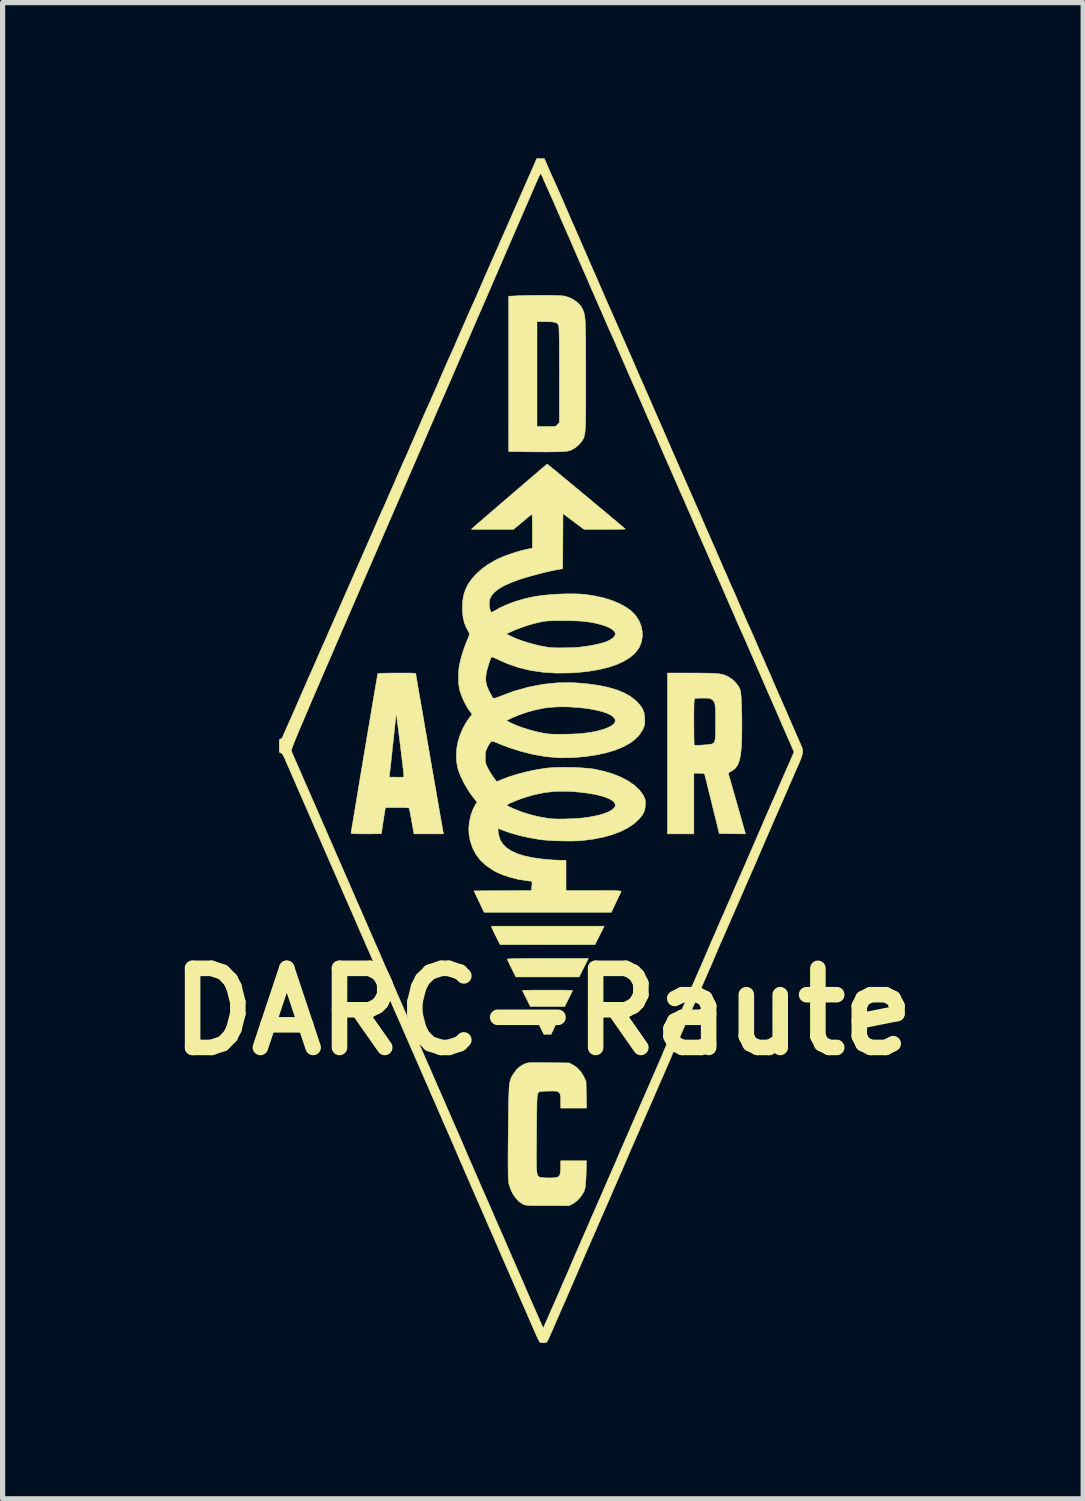
<source format=kicad_pcb>
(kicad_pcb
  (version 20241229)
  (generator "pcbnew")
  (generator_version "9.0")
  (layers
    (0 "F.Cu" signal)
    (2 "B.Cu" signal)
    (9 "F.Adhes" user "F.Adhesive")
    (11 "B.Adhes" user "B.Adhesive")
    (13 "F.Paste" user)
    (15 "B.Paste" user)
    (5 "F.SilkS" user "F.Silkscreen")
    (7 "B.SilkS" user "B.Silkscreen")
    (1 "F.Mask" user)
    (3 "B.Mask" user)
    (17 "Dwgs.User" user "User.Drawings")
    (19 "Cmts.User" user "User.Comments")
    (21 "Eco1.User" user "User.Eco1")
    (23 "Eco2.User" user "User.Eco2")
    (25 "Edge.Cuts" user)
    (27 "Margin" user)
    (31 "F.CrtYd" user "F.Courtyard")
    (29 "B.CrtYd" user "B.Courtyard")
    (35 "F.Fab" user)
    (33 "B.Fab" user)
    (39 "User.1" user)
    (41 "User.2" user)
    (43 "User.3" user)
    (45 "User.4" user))
  (footprint "DARC-Raute"
    (layer "F.Cu")
    (at 7.41 11.441)
    (property "Reference" "DARC-Raute" (at 0 5 0) (layer "F.SilkS") (effects (font (size 1.524 1.524) (thickness 0.3))))
    (attr through_hole)
    (fp_poly (pts (xy 1.092 3.531) (xy 1.003 3.708) (xy -0.825 3.708) (xy -0.9 3.559) (xy -0.929 3.501) (xy -0.954 3.448) (xy -0.973 3.407) (xy -0.983 3.383) (xy -0.983 3.381) (xy -0.992 3.353) (xy 1.181 3.353) (xy 1.092 3.531)) (stroke (width 0.01) (type solid)) (fill yes) (layer "F.SilkS"))
    (fp_poly (pts (xy 0.787 4.153) (xy 0.698 4.331) (xy -0.521 4.331) (xy -0.603 4.166) (xy -0.633 4.106) (xy -0.657 4.055) (xy -0.675 4.015) (xy -0.685 3.992) (xy -0.686 3.988) (xy -0.673 3.985) (xy -0.635 3.982) (xy -0.572 3.98) (xy -0.483 3.978) (xy -0.369 3.977) (xy -0.23 3.976) (xy -0.066 3.975) (xy 0.095 3.975) (xy 0.876 3.975) (xy 0.787 4.153)) (stroke (width 0.01) (type solid)) (fill yes) (layer "F.SilkS"))
    (fp_poly (pts (xy 0.15 5.157) (xy 0.208 5.158) (xy 0.251 5.161) (xy 0.275 5.164) (xy 0.279 5.166) (xy 0.274 5.18) (xy 0.261 5.213) (xy 0.241 5.259) (xy 0.219 5.305) (xy 0.159 5.436) (xy 0.089 5.436) (xy 0.018 5.436) (xy -0.048 5.302) (xy -0.074 5.249) (xy -0.095 5.205) (xy -0.109 5.175) (xy -0.114 5.162) (xy -0.102 5.16) (xy -0.069 5.158) (xy -0.019 5.157) (xy 0.043 5.156) (xy 0.083 5.156) (xy 0.15 5.157)) (stroke (width 0.01) (type solid)) (fill yes) (layer "F.SilkS"))
    (fp_poly (pts (xy 0.197 4.585) (xy 0.296 4.585) (xy 0.385 4.586) (xy 0.459 4.587) (xy 0.517 4.588) (xy 0.555 4.59) (xy 0.571 4.591) (xy 0.572 4.591) (xy 0.566 4.604) (xy 0.551 4.636) (xy 0.529 4.681) (xy 0.502 4.736) (xy 0.495 4.75) (xy 0.419 4.902) (xy -0.241 4.902) (xy -0.317 4.75) (xy -0.345 4.694) (xy -0.369 4.646) (xy -0.386 4.61) (xy -0.393 4.592) (xy -0.394 4.591) (xy -0.381 4.59) (xy -0.347 4.588) (xy -0.292 4.587) (xy -0.22 4.586) (xy -0.134 4.585) (xy -0.036 4.585) (xy 0.071 4.585) (xy 0.089 4.585) (xy 0.197 4.585)) (stroke (width 0.01) (type solid)) (fill yes) (layer "F.SilkS"))
    (fp_poly (pts (xy 0.058 -8.801) (xy 0.158 -8.799) (xy 0.248 -8.798) (xy 0.323 -8.795) (xy 0.38 -8.791) (xy 0.413 -8.787) (xy 0.503 -8.761) (xy 0.589 -8.718) (xy 0.665 -8.662) (xy 0.727 -8.598) (xy 0.769 -8.528) (xy 0.773 -8.516) (xy 0.782 -8.492) (xy 0.79 -8.467) (xy 0.797 -8.441) (xy 0.803 -8.411) (xy 0.808 -8.376) (xy 0.812 -8.335) (xy 0.815 -8.285) (xy 0.818 -8.224) (xy 0.82 -8.151) (xy 0.822 -8.065) (xy 0.824 -7.962) (xy 0.824 -7.842) (xy 0.825 -7.703) (xy 0.826 -7.543) (xy 0.826 -7.36) (xy 0.826 -7.261) (xy 0.826 -7.064) (xy 0.826 -6.89) (xy 0.826 -6.739) (xy 0.826 -6.608) (xy 0.825 -6.495) (xy 0.823 -6.399) (xy 0.821 -6.319) (xy 0.818 -6.252) (xy 0.814 -6.197) (xy 0.809 -6.151) (xy 0.803 -6.115) (xy 0.796 -6.085) (xy 0.788 -6.059) (xy 0.778 -6.038) (xy 0.766 -6.017) (xy 0.753 -5.997) (xy 0.744 -5.984) (xy 0.691 -5.921) (xy 0.623 -5.865) (xy 0.549 -5.822) (xy 0.514 -5.809) (xy 0.481 -5.801) (xy 0.432 -5.795) (xy 0.365 -5.79) (xy 0.28 -5.787) (xy 0.175 -5.785) (xy 0.049 -5.784) (xy -0.099 -5.785) (xy -0.271 -5.786) (xy -0.34 -5.787) (xy -0.66 -5.792) (xy -0.66 -8.293) (xy -0.114 -8.293) (xy -0.114 -6.274) (xy 0.243 -6.274) (xy 0.28 -6.311) (xy 0.318 -6.348) (xy 0.318 -7.269) (xy 0.317 -7.458) (xy 0.317 -7.622) (xy 0.316 -7.764) (xy 0.316 -7.884) (xy 0.314 -7.984) (xy 0.313 -8.064) (xy 0.311 -8.127) (xy 0.309 -8.173) (xy 0.306 -8.204) (xy 0.303 -8.221) (xy 0.302 -8.224) (xy 0.286 -8.25) (xy 0.264 -8.269) (xy 0.23 -8.281) (xy 0.182 -8.289) (xy 0.116 -8.292) (xy 0.051 -8.293) (xy -0.114 -8.293) (xy -0.66 -8.293) (xy -0.66 -8.784) (xy -0.468 -8.793) (xy -0.372 -8.796) (xy -0.268 -8.799) (xy -0.159 -8.8) (xy -0.049 -8.801) (xy 0.058 -8.801)) (stroke (width 0.01) (type solid)) (fill yes) (layer "F.SilkS"))
    (fp_poly (pts (xy 2.867 -1.524) (xy 3.005 -1.523) (xy 3.12 -1.522) (xy 3.215 -1.521) (xy 3.293 -1.517) (xy 3.358 -1.513) (xy 3.41 -1.506) (xy 3.454 -1.498) (xy 3.493 -1.487) (xy 3.528 -1.473) (xy 3.563 -1.457) (xy 3.569 -1.454) (xy 3.641 -1.407) (xy 3.708 -1.346) (xy 3.762 -1.277) (xy 3.784 -1.238) (xy 3.796 -1.211) (xy 3.805 -1.181) (xy 3.811 -1.146) (xy 3.816 -1.099) (xy 3.821 -1.035) (xy 3.824 -0.972) (xy 3.829 -0.835) (xy 3.832 -0.691) (xy 3.834 -0.546) (xy 3.833 -0.405) (xy 3.831 -0.274) (xy 3.827 -0.159) (xy 3.823 -0.087) (xy 3.81 0.035) (xy 3.792 0.135) (xy 3.767 0.215) (xy 3.733 0.278) (xy 3.69 0.326) (xy 3.637 0.363) (xy 3.625 0.368) (xy 3.589 0.39) (xy 3.574 0.408) (xy 3.574 0.417) (xy 3.582 0.444) (xy 3.595 0.491) (xy 3.613 0.554) (xy 3.636 0.632) (xy 3.661 0.721) (xy 3.688 0.817) (xy 3.717 0.918) (xy 3.746 1.021) (xy 3.775 1.123) (xy 3.803 1.22) (xy 3.828 1.31) (xy 3.851 1.389) (xy 3.869 1.455) (xy 3.883 1.504) (xy 3.891 1.533) (xy 3.893 1.54) (xy 3.902 1.575) (xy 3.65 1.572) (xy 3.398 1.568) (xy 3.263 1.022) (xy 3.235 0.907) (xy 3.208 0.799) (xy 3.184 0.7) (xy 3.163 0.613) (xy 3.145 0.541) (xy 3.131 0.486) (xy 3.123 0.452) (xy 3.12 0.441) (xy 3.114 0.424) (xy 3.105 0.414) (xy 3.086 0.408) (xy 3.053 0.407) (xy 3.01 0.406) (xy 2.908 0.406) (xy 2.908 1.575) (xy 2.4 1.575) (xy 2.4 -0.585) (xy 2.908 -0.585) (xy 2.909 -0.482) (xy 2.909 -0.386) (xy 2.91 -0.302) (xy 2.911 -0.232) (xy 2.913 -0.179) (xy 2.914 -0.146) (xy 2.916 -0.136) (xy 2.932 -0.133) (xy 2.967 -0.132) (xy 3.016 -0.133) (xy 3.072 -0.136) (xy 3.129 -0.14) (xy 3.182 -0.144) (xy 3.224 -0.15) (xy 3.248 -0.155) (xy 3.271 -0.163) (xy 3.288 -0.174) (xy 3.302 -0.19) (xy 3.312 -0.215) (xy 3.319 -0.252) (xy 3.323 -0.302) (xy 3.326 -0.369) (xy 3.327 -0.456) (xy 3.327 -0.566) (xy 3.327 -0.571) (xy 3.327 -0.682) (xy 3.326 -0.77) (xy 3.324 -0.838) (xy 3.319 -0.891) (xy 3.313 -0.93) (xy 3.303 -0.96) (xy 3.29 -0.982) (xy 3.274 -1) (xy 3.257 -1.014) (xy 3.239 -1.026) (xy 3.217 -1.034) (xy 3.187 -1.039) (xy 3.143 -1.041) (xy 3.085 -1.041) (xy 3.027 -1.041) (xy 2.977 -1.039) (xy 2.942 -1.036) (xy 2.928 -1.034) (xy 2.923 -1.029) (xy 2.919 -1.019) (xy 2.915 -1.001) (xy 2.913 -0.971) (xy 2.911 -0.929) (xy 2.91 -0.871) (xy 2.909 -0.795) (xy 2.908 -0.698) (xy 2.908 -0.585) (xy 2.4 -0.585) (xy 2.4 -1.524) (xy 2.867 -1.524)) (stroke (width 0.01) (type solid)) (fill yes) (layer "F.SilkS"))
    (fp_poly (pts (xy -0.067 5.983) (xy 0.029 5.983) (xy 0.104 5.984) (xy 0.502 5.988) (xy 0.573 6.023) (xy 0.656 6.078) (xy 0.728 6.154) (xy 0.786 6.249) (xy 0.791 6.259) (xy 0.831 6.344) (xy 0.836 6.601) (xy 0.841 6.858) (xy 0.343 6.858) (xy 0.343 6.724) (xy 0.343 6.664) (xy 0.341 6.623) (xy 0.336 6.596) (xy 0.328 6.578) (xy 0.315 6.562) (xy 0.311 6.559) (xy 0.298 6.546) (xy 0.284 6.537) (xy 0.264 6.532) (xy 0.235 6.53) (xy 0.19 6.529) (xy 0.127 6.53) (xy 0.106 6.531) (xy 0.037 6.532) (xy -0.012 6.534) (xy -0.044 6.537) (xy -0.065 6.543) (xy -0.078 6.551) (xy -0.089 6.563) (xy -0.092 6.567) (xy -0.097 6.575) (xy -0.101 6.585) (xy -0.105 6.599) (xy -0.108 6.62) (xy -0.111 6.649) (xy -0.113 6.689) (xy -0.115 6.74) (xy -0.116 6.807) (xy -0.118 6.889) (xy -0.119 6.99) (xy -0.121 7.111) (xy -0.122 7.255) (xy -0.123 7.335) (xy -0.124 7.5) (xy -0.125 7.64) (xy -0.126 7.76) (xy -0.126 7.859) (xy -0.125 7.941) (xy -0.123 8.007) (xy -0.12 8.059) (xy -0.115 8.099) (xy -0.11 8.129) (xy -0.103 8.15) (xy -0.094 8.165) (xy -0.084 8.176) (xy -0.071 8.184) (xy -0.064 8.188) (xy -0.035 8.195) (xy 0.012 8.2) (xy 0.07 8.203) (xy 0.132 8.204) (xy 0.192 8.202) (xy 0.243 8.197) (xy 0.277 8.191) (xy 0.304 8.175) (xy 0.324 8.149) (xy 0.336 8.108) (xy 0.342 8.048) (xy 0.343 7.986) (xy 0.343 7.874) (xy 0.838 7.874) (xy 0.837 7.972) (xy 0.836 8.024) (xy 0.834 8.093) (xy 0.831 8.168) (xy 0.827 8.242) (xy 0.822 8.315) (xy 0.817 8.368) (xy 0.81 8.408) (xy 0.801 8.44) (xy 0.788 8.47) (xy 0.782 8.482) (xy 0.734 8.558) (xy 0.673 8.628) (xy 0.606 8.683) (xy 0.568 8.705) (xy 0.503 8.738) (xy 0.09 8.737) (xy -0.025 8.737) (xy -0.117 8.737) (xy -0.19 8.736) (xy -0.245 8.734) (xy -0.288 8.732) (xy -0.319 8.729) (xy -0.342 8.725) (xy -0.361 8.719) (xy -0.378 8.713) (xy -0.378 8.713) (xy -0.45 8.667) (xy -0.516 8.601) (xy -0.574 8.519) (xy -0.621 8.425) (xy -0.653 8.325) (xy -0.662 8.28) (xy -0.665 8.252) (xy -0.667 8.209) (xy -0.669 8.152) (xy -0.67 8.077) (xy -0.671 7.985) (xy -0.671 7.873) (xy -0.671 7.741) (xy -0.67 7.587) (xy -0.668 7.409) (xy -0.667 7.303) (xy -0.665 7.124) (xy -0.664 6.969) (xy -0.662 6.835) (xy -0.66 6.72) (xy -0.657 6.624) (xy -0.654 6.543) (xy -0.651 6.475) (xy -0.646 6.42) (xy -0.64 6.375) (xy -0.633 6.338) (xy -0.624 6.307) (xy -0.614 6.28) (xy -0.601 6.255) (xy -0.587 6.231) (xy -0.571 6.205) (xy -0.561 6.19) (xy -0.506 6.116) (xy -0.445 6.06) (xy -0.371 6.016) (xy -0.359 6.011) (xy -0.34 6.002) (xy -0.323 5.996) (xy -0.303 5.99) (xy -0.278 5.987) (xy -0.245 5.984) (xy -0.201 5.983) (xy -0.143 5.982) (xy -0.067 5.983)) (stroke (width 0.01) (type solid)) (fill yes) (layer "F.SilkS"))
    (fp_poly (pts (xy -2.693 -1.524) (xy -2.617 -1.523) (xy -2.551 -1.523) (xy -2.499 -1.521) (xy -2.465 -1.519) (xy -2.451 -1.517) (xy -2.451 -1.516) (xy -2.449 -1.503) (xy -2.443 -1.467) (xy -2.433 -1.409) (xy -2.42 -1.332) (xy -2.404 -1.238) (xy -2.385 -1.127) (xy -2.363 -1.003) (xy -2.34 -0.866) (xy -2.314 -0.72) (xy -2.288 -0.565) (xy -2.26 -0.404) (xy -2.231 -0.238) (xy -2.202 -0.069) (xy -2.173 0.1) (xy -2.144 0.269) (xy -2.115 0.435) (xy -2.087 0.596) (xy -2.06 0.75) (xy -2.035 0.897) (xy -2.011 1.032) (xy -1.99 1.156) (xy -1.971 1.266) (xy -1.954 1.36) (xy -1.941 1.436) (xy -1.931 1.493) (xy -1.925 1.528) (xy -1.923 1.54) (xy -1.916 1.575) (xy -2.484 1.575) (xy -2.527 1.337) (xy -2.54 1.261) (xy -2.553 1.194) (xy -2.563 1.139) (xy -2.571 1.101) (xy -2.575 1.083) (xy -2.575 1.083) (xy -2.584 1.077) (xy -2.608 1.072) (xy -2.65 1.069) (xy -2.711 1.067) (xy -2.795 1.067) (xy -2.807 1.067) (xy -3.033 1.067) (xy -3.04 1.102) (xy -3.044 1.123) (xy -3.051 1.163) (xy -3.059 1.217) (xy -3.069 1.28) (xy -3.079 1.347) (xy -3.089 1.413) (xy -3.098 1.473) (xy -3.105 1.523) (xy -3.11 1.556) (xy -3.111 1.569) (xy -3.124 1.571) (xy -3.158 1.572) (xy -3.21 1.573) (xy -3.277 1.574) (xy -3.355 1.575) (xy -3.404 1.575) (xy -3.508 1.574) (xy -3.59 1.573) (xy -3.649 1.57) (xy -3.685 1.566) (xy -3.696 1.562) (xy -3.694 1.547) (xy -3.688 1.508) (xy -3.678 1.449) (xy -3.665 1.37) (xy -3.65 1.274) (xy -3.631 1.162) (xy -3.61 1.036) (xy -3.587 0.898) (xy -3.563 0.751) (xy -3.537 0.595) (xy -3.518 0.479) (xy -2.959 0.479) (xy -2.947 0.481) (xy -2.915 0.482) (xy -2.868 0.482) (xy -2.819 0.483) (xy -2.68 0.483) (xy -2.68 0.45) (xy -2.681 0.429) (xy -2.685 0.387) (xy -2.692 0.326) (xy -2.701 0.251) (xy -2.711 0.163) (xy -2.723 0.067) (xy -2.735 -0.036) (xy -2.748 -0.142) (xy -2.761 -0.247) (xy -2.774 -0.35) (xy -2.786 -0.447) (xy -2.798 -0.534) (xy -2.807 -0.61) (xy -2.816 -0.67) (xy -2.822 -0.712) (xy -2.825 -0.733) (xy -2.826 -0.735) (xy -2.831 -0.729) (xy -2.832 -0.715) (xy -2.833 -0.698) (xy -2.837 -0.658) (xy -2.843 -0.597) (xy -2.851 -0.52) (xy -2.861 -0.428) (xy -2.872 -0.323) (xy -2.884 -0.21) (xy -2.896 -0.107) (xy -2.908 0.012) (xy -2.92 0.123) (xy -2.931 0.223) (xy -2.941 0.31) (xy -2.949 0.382) (xy -2.954 0.436) (xy -2.958 0.469) (xy -2.959 0.479) (xy -3.518 0.479) (xy -3.51 0.432) (xy -3.482 0.266) (xy -3.454 0.096) (xy -3.425 -0.074) (xy -3.397 -0.243) (xy -3.369 -0.409) (xy -3.341 -0.571) (xy -3.315 -0.725) (xy -3.291 -0.872) (xy -3.268 -1.008) (xy -3.247 -1.131) (xy -3.228 -1.241) (xy -3.212 -1.335) (xy -3.199 -1.41) (xy -3.189 -1.467) (xy -3.183 -1.502) (xy -3.18 -1.513) (xy -3.167 -1.516) (xy -3.132 -1.518) (xy -3.079 -1.52) (xy -3.014 -1.522) (xy -2.938 -1.523) (xy -2.857 -1.524) (xy -2.774 -1.524) (xy -2.693 -1.524)) (stroke (width 0.01) (type solid)) (fill yes) (layer "F.SilkS"))
    (fp_poly (pts (xy 0.093 -5.542) (xy 0.121 -5.519) (xy 0.166 -5.483) (xy 0.224 -5.436) (xy 0.294 -5.378) (xy 0.374 -5.311) (xy 0.463 -5.238) (xy 0.559 -5.158) (xy 0.66 -5.075) (xy 0.764 -4.989) (xy 0.869 -4.901) (xy 0.973 -4.814) (xy 1.075 -4.729) (xy 1.173 -4.648) (xy 1.265 -4.571) (xy 1.348 -4.501) (xy 1.423 -4.439) (xy 1.485 -4.386) (xy 1.534 -4.344) (xy 1.569 -4.315) (xy 1.586 -4.3) (xy 1.587 -4.298) (xy 1.575 -4.297) (xy 1.541 -4.296) (xy 1.487 -4.294) (xy 1.417 -4.294) (xy 1.333 -4.293) (xy 1.24 -4.293) (xy 1.19 -4.293) (xy 0.792 -4.293) (xy 0.59 -4.444) (xy 0.387 -4.596) (xy 0.384 -4.065) (xy 0.381 -3.535) (xy 0.257 -3.512) (xy 0.151 -3.49) (xy 0.029 -3.462) (xy -0.1 -3.429) (xy -0.23 -3.394) (xy -0.351 -3.359) (xy -0.456 -3.326) (xy -0.47 -3.321) (xy -0.621 -3.264) (xy -0.747 -3.207) (xy -0.849 -3.148) (xy -0.929 -3.087) (xy -0.986 -3.022) (xy -1.021 -2.953) (xy -1.036 -2.88) (xy -1.031 -2.802) (xy -1.029 -2.79) (xy -1.017 -2.738) (xy -1.005 -2.707) (xy -0.991 -2.696) (xy -0.971 -2.7) (xy -0.956 -2.709) (xy -0.83 -2.78) (xy -0.685 -2.846) (xy -0.525 -2.905) (xy -0.357 -2.954) (xy -0.187 -2.993) (xy -0.133 -3.002) (xy -0.004 -3.02) (xy 0.138 -3.034) (xy 0.287 -3.044) (xy 0.438 -3.049) (xy 0.583 -3.05) (xy 0.716 -3.046) (xy 0.831 -3.036) (xy 0.838 -3.035) (xy 1.02 -3.006) (xy 1.191 -2.966) (xy 1.347 -2.916) (xy 1.487 -2.856) (xy 1.609 -2.788) (xy 1.711 -2.712) (xy 1.782 -2.639) (xy 1.846 -2.543) (xy 1.89 -2.439) (xy 1.913 -2.33) (xy 1.915 -2.221) (xy 1.896 -2.115) (xy 1.855 -2.017) (xy 1.841 -1.994) (xy 1.769 -1.903) (xy 1.674 -1.822) (xy 1.556 -1.749) (xy 1.417 -1.686) (xy 1.257 -1.633) (xy 1.077 -1.59) (xy 0.879 -1.557) (xy 0.662 -1.534) (xy 0.522 -1.526) (xy 0.251 -1.523) (xy -0.004 -1.54) (xy -0.246 -1.576) (xy -0.476 -1.632) (xy -0.695 -1.709) (xy -0.876 -1.79) (xy -0.923 -1.812) (xy -0.961 -1.828) (xy -0.986 -1.834) (xy -0.991 -1.833) (xy -1.002 -1.813) (xy -1.018 -1.774) (xy -1.036 -1.722) (xy -1.054 -1.663) (xy -1.072 -1.604) (xy -1.085 -1.55) (xy -1.092 -1.516) (xy -1.102 -1.43) (xy -1.098 -1.35) (xy -1.078 -1.271) (xy -1.041 -1.184) (xy -1.034 -1.169) (xy -1.008 -1.12) (xy -0.985 -1.078) (xy -0.967 -1.05) (xy -0.96 -1.043) (xy -0.946 -1.037) (xy -0.922 -1.04) (xy -0.884 -1.053) (xy -0.836 -1.071) (xy -0.556 -1.175) (xy -0.278 -1.253) (xy -0.002 -1.307) (xy 0.273 -1.335) (xy 0.548 -1.339) (xy 0.633 -1.335) (xy 0.866 -1.315) (xy 1.075 -1.286) (xy 1.262 -1.247) (xy 1.427 -1.198) (xy 1.571 -1.138) (xy 1.694 -1.068) (xy 1.796 -0.987) (xy 1.813 -0.97) (xy 1.878 -0.898) (xy 1.922 -0.829) (xy 1.949 -0.757) (xy 1.96 -0.674) (xy 1.962 -0.628) (xy 1.961 -0.57) (xy 1.957 -0.528) (xy 1.948 -0.492) (xy 1.932 -0.453) (xy 1.921 -0.43) (xy 1.86 -0.335) (xy 1.776 -0.247) (xy 1.669 -0.169) (xy 1.541 -0.099) (xy 1.392 -0.039) (xy 1.223 0.012) (xy 1.035 0.053) (xy 0.828 0.084) (xy 0.604 0.104) (xy 0.54 0.108) (xy 0.309 0.109) (xy 0.069 0.088) (xy -0.178 0.046) (xy -0.429 -0.016) (xy -0.679 -0.098) (xy -0.842 -0.161) (xy -0.901 -0.186) (xy -0.941 -0.201) (xy -0.967 -0.208) (xy -0.983 -0.209) (xy -0.996 -0.203) (xy -1.004 -0.196) (xy -1.022 -0.173) (xy -1.046 -0.136) (xy -1.07 -0.091) (xy -1.07 -0.09) (xy -1.091 -0.045) (xy -1.103 -0.007) (xy -1.109 0.033) (xy -1.111 0.086) (xy -1.111 0.102) (xy -1.11 0.158) (xy -1.106 0.2) (xy -1.095 0.237) (xy -1.076 0.281) (xy -1.064 0.305) (xy -1.031 0.365) (xy -0.991 0.43) (xy -0.953 0.485) (xy -0.889 0.569) (xy -0.788 0.526) (xy -0.641 0.471) (xy -0.477 0.42) (xy -0.301 0.375) (xy -0.123 0.338) (xy 0.052 0.311) (xy 0.11 0.304) (xy 0.197 0.298) (xy 0.3 0.294) (xy 0.416 0.293) (xy 0.537 0.294) (xy 0.658 0.298) (xy 0.773 0.305) (xy 0.876 0.313) (xy 0.962 0.323) (xy 0.991 0.328) (xy 1.178 0.369) (xy 1.35 0.421) (xy 1.505 0.483) (xy 1.641 0.555) (xy 1.758 0.635) (xy 1.853 0.723) (xy 1.925 0.818) (xy 1.937 0.839) (xy 1.957 0.88) (xy 1.969 0.917) (xy 1.974 0.959) (xy 1.974 1.003) (xy 1.968 1.08) (xy 1.949 1.148) (xy 1.914 1.213) (xy 1.859 1.281) (xy 1.85 1.291) (xy 1.753 1.38) (xy 1.634 1.46) (xy 1.494 1.53) (xy 1.335 1.59) (xy 1.157 1.639) (xy 0.964 1.677) (xy 0.757 1.703) (xy 0.669 1.709) (xy 0.563 1.712) (xy 0.447 1.712) (xy 0.325 1.71) (xy 0.206 1.706) (xy 0.095 1.699) (xy -0.002 1.691) (xy -0.059 1.684) (xy -0.26 1.649) (xy -0.449 1.607) (xy -0.621 1.558) (xy -0.759 1.51) (xy -0.804 1.492) (xy -0.839 1.48) (xy -0.858 1.473) (xy -0.859 1.473) (xy -0.865 1.484) (xy -0.864 1.514) (xy -0.859 1.555) (xy -0.85 1.601) (xy -0.838 1.647) (xy -0.825 1.685) (xy -0.822 1.692) (xy -0.773 1.772) (xy -0.701 1.843) (xy -0.608 1.904) (xy -0.493 1.957) (xy -0.355 2) (xy -0.194 2.035) (xy -0.01 2.06) (xy 0.083 2.069) (xy 0.155 2.075) (xy 0.232 2.079) (xy 0.301 2.082) (xy 0.34 2.083) (xy 0.445 2.083) (xy 0.445 2.667) (xy 0.979 2.667) (xy 1.115 2.667) (xy 1.226 2.668) (xy 1.316 2.668) (xy 1.387 2.67) (xy 1.439 2.672) (xy 1.475 2.674) (xy 1.497 2.677) (xy 1.507 2.68) (xy 1.508 2.683) (xy 1.5 2.699) (xy 1.484 2.734) (xy 1.46 2.784) (xy 1.432 2.844) (xy 1.409 2.892) (xy 1.317 3.086) (xy -1.132 3.086) (xy -1.329 2.673) (xy -0.774 2.67) (xy -0.219 2.667) (xy -0.213 2.581) (xy -0.21 2.537) (xy -0.21 2.505) (xy -0.211 2.491) (xy -0.211 2.491) (xy -0.224 2.488) (xy -0.257 2.483) (xy -0.302 2.477) (xy -0.32 2.475) (xy -0.473 2.451) (xy -0.626 2.413) (xy -0.771 2.365) (xy -0.903 2.307) (xy -0.964 2.273) (xy -1.096 2.183) (xy -1.205 2.081) (xy -1.292 1.966) (xy -1.358 1.837) (xy -1.404 1.694) (xy -1.423 1.584) (xy -1.428 1.47) (xy -1.417 1.347) (xy -1.391 1.225) (xy -1.351 1.112) (xy -1.305 1.022) (xy -0.699 1.022) (xy -0.687 1.032) (xy -0.657 1.048) (xy -0.611 1.07) (xy -0.555 1.094) (xy -0.492 1.12) (xy -0.428 1.145) (xy -0.381 1.161) (xy -0.271 1.196) (xy -0.15 1.228) (xy -0.026 1.255) (xy 0.091 1.275) (xy 0.149 1.282) (xy 0.217 1.287) (xy 0.305 1.289) (xy 0.405 1.288) (xy 0.511 1.285) (xy 0.616 1.28) (xy 0.714 1.273) (xy 0.762 1.269) (xy 0.914 1.248) (xy 1.049 1.221) (xy 1.166 1.189) (xy 1.263 1.151) (xy 1.308 1.127) (xy 1.361 1.088) (xy 1.39 1.049) (xy 1.395 1.01) (xy 1.378 0.972) (xy 1.34 0.935) (xy 1.282 0.901) (xy 1.204 0.868) (xy 1.108 0.839) (xy 0.996 0.813) (xy 0.867 0.791) (xy 0.723 0.773) (xy 0.566 0.759) (xy 0.483 0.754) (xy 0.255 0.755) (xy 0.03 0.779) (xy -0.197 0.828) (xy -0.357 0.876) (xy -0.425 0.899) (xy -0.493 0.925) (xy -0.558 0.951) (xy -0.615 0.976) (xy -0.661 0.997) (xy -0.69 1.014) (xy -0.699 1.022) (xy -1.305 1.022) (xy -1.303 1.017) (xy -1.268 0.962) (xy -1.307 0.916) (xy -1.384 0.816) (xy -1.458 0.704) (xy -1.525 0.586) (xy -1.582 0.468) (xy -1.626 0.357) (xy -1.64 0.308) (xy -1.662 0.192) (xy -1.668 0.063) (xy -1.66 -0.071) (xy -1.636 -0.2) (xy -1.633 -0.21) (xy -1.594 -0.333) (xy -1.542 -0.456) (xy -1.481 -0.568) (xy -1.455 -0.606) (xy -0.704 -0.606) (xy -0.641 -0.574) (xy -0.527 -0.522) (xy -0.396 -0.472) (xy -0.254 -0.428) (xy -0.11 -0.39) (xy 0.028 -0.362) (xy 0.095 -0.352) (xy 0.143 -0.348) (xy 0.212 -0.345) (xy 0.294 -0.344) (xy 0.386 -0.345) (xy 0.482 -0.346) (xy 0.577 -0.349) (xy 0.664 -0.353) (xy 0.74 -0.358) (xy 0.785 -0.363) (xy 0.925 -0.382) (xy 1.049 -0.407) (xy 1.156 -0.436) (xy 1.244 -0.468) (xy 1.313 -0.503) (xy 1.362 -0.54) (xy 1.389 -0.578) (xy 1.395 -0.618) (xy 1.377 -0.658) (xy 1.335 -0.697) (xy 1.315 -0.711) (xy 1.243 -0.746) (xy 1.149 -0.779) (xy 1.037 -0.807) (xy 0.912 -0.831) (xy 0.777 -0.85) (xy 0.635 -0.863) (xy 0.492 -0.872) (xy 0.351 -0.874) (xy 0.215 -0.869) (xy 0.088 -0.858) (xy 0.006 -0.846) (xy -0.154 -0.812) (xy -0.312 -0.768) (xy -0.463 -0.716) (xy -0.597 -0.66) (xy -0.628 -0.645) (xy -0.704 -0.606) (xy -1.455 -0.606) (xy -1.426 -0.648) (xy -1.363 -0.731) (xy -1.412 -0.794) (xy -1.457 -0.861) (xy -1.503 -0.945) (xy -1.546 -1.035) (xy -1.581 -1.125) (xy -1.601 -1.187) (xy -1.619 -1.283) (xy -1.627 -1.394) (xy -1.627 -1.511) (xy -1.617 -1.625) (xy -1.608 -1.678) (xy -1.587 -1.772) (xy -1.558 -1.878) (xy -1.523 -1.987) (xy -1.486 -2.09) (xy -1.45 -2.176) (xy -1.429 -2.226) (xy -1.417 -2.258) (xy -1.414 -2.277) (xy -0.705 -2.277) (xy -0.61 -2.229) (xy -0.518 -2.188) (xy -0.407 -2.147) (xy -0.285 -2.108) (xy -0.159 -2.073) (xy -0.034 -2.044) (xy 0.081 -2.023) (xy 0.14 -2.015) (xy 0.196 -2.012) (xy 0.27 -2.009) (xy 0.357 -2.009) (xy 0.449 -2.01) (xy 0.54 -2.012) (xy 0.623 -2.016) (xy 0.677 -2.02) (xy 0.784 -2.032) (xy 0.894 -2.048) (xy 1 -2.068) (xy 1.098 -2.09) (xy 1.18 -2.113) (xy 1.227 -2.129) (xy 1.291 -2.16) (xy 1.344 -2.196) (xy 1.38 -2.234) (xy 1.396 -2.269) (xy 1.397 -2.275) (xy 1.385 -2.315) (xy 1.349 -2.354) (xy 1.291 -2.392) (xy 1.213 -2.427) (xy 1.116 -2.458) (xy 1.095 -2.464) (xy 1.004 -2.486) (xy 0.916 -2.503) (xy 0.825 -2.516) (xy 0.727 -2.525) (xy 0.617 -2.53) (xy 0.489 -2.533) (xy 0.394 -2.533) (xy 0.291 -2.533) (xy 0.209 -2.532) (xy 0.143 -2.53) (xy 0.09 -2.528) (xy 0.045 -2.523) (xy 0.004 -2.517) (xy -0.038 -2.509) (xy -0.064 -2.504) (xy -0.17 -2.478) (xy -0.285 -2.445) (xy -0.399 -2.407) (xy -0.504 -2.368) (xy -0.594 -2.33) (xy -0.603 -2.326) (xy -0.705 -2.277) (xy -1.414 -2.277) (xy -1.414 -2.28) (xy -1.418 -2.296) (xy -1.422 -2.303) (xy -1.475 -2.397) (xy -1.513 -2.49) (xy -1.537 -2.59) (xy -1.549 -2.702) (xy -1.551 -2.788) (xy -1.545 -2.916) (xy -1.525 -3.029) (xy -1.49 -3.135) (xy -1.443 -3.231) (xy -1.375 -3.33) (xy -1.287 -3.429) (xy -1.181 -3.525) (xy -1.06 -3.613) (xy -0.93 -3.691) (xy -0.868 -3.722) (xy -0.784 -3.759) (xy -0.684 -3.797) (xy -0.577 -3.834) (xy -0.47 -3.868) (xy -0.371 -3.894) (xy -0.317 -3.907) (xy -0.203 -3.93) (xy -0.203 -4.257) (xy -0.203 -4.345) (xy -0.204 -4.425) (xy -0.205 -4.491) (xy -0.207 -4.543) (xy -0.208 -4.575) (xy -0.21 -4.585) (xy -0.221 -4.577) (xy -0.249 -4.555) (xy -0.29 -4.523) (xy -0.34 -4.481) (xy -0.391 -4.439) (xy -0.565 -4.293) (xy -0.971 -4.293) (xy -1.377 -4.293) (xy -1.346 -4.323) (xy -1.33 -4.338) (xy -1.296 -4.367) (xy -1.248 -4.409) (xy -1.187 -4.462) (xy -1.115 -4.525) (xy -1.033 -4.595) (xy -0.943 -4.673) (xy -0.848 -4.755) (xy -0.749 -4.84) (xy -0.647 -4.927) (xy -0.546 -5.014) (xy -0.446 -5.1) (xy -0.349 -5.183) (xy -0.258 -5.261) (xy -0.173 -5.333) (xy -0.098 -5.398) (xy -0.033 -5.453) (xy 0.019 -5.497) (xy 0.057 -5.529) (xy 0.078 -5.547) (xy 0.083 -5.55) (xy 0.093 -5.542)) (stroke (width 0.01) (type solid)) (fill yes) (layer "F.SilkS"))
    (fp_poly (pts (xy 0.085 -11.303) (xy 0.117 -11.228) (xy 0.145 -11.166) (xy 0.171 -11.107) (xy 0.201 -11.041) (xy 0.226 -10.986) (xy 0.248 -10.936) (xy 0.271 -10.886) (xy 0.281 -10.862) (xy 0.312 -10.791) (xy 0.336 -10.737) (xy 0.354 -10.695) (xy 0.371 -10.658) (xy 0.378 -10.643) (xy 0.392 -10.611) (xy 0.413 -10.561) (xy 0.44 -10.5) (xy 0.469 -10.432) (xy 0.483 -10.401) (xy 0.512 -10.333) (xy 0.54 -10.268) (xy 0.564 -10.213) (xy 0.582 -10.172) (xy 0.588 -10.16) (xy 0.609 -10.113) (xy 0.63 -10.064) (xy 0.635 -10.052) (xy 0.654 -10.007) (xy 0.676 -9.958) (xy 0.682 -9.944) (xy 0.696 -9.912) (xy 0.718 -9.863) (xy 0.745 -9.801) (xy 0.774 -9.734) (xy 0.787 -9.703) (xy 0.817 -9.634) (xy 0.845 -9.57) (xy 0.869 -9.514) (xy 0.887 -9.473) (xy 0.892 -9.461) (xy 0.913 -9.414) (xy 0.934 -9.366) (xy 0.94 -9.354) (xy 0.959 -9.309) (xy 0.981 -9.259) (xy 0.987 -9.246) (xy 1.001 -9.214) (xy 1.023 -9.164) (xy 1.05 -9.103) (xy 1.079 -9.035) (xy 1.092 -9.004) (xy 1.122 -8.936) (xy 1.15 -8.871) (xy 1.174 -8.816) (xy 1.192 -8.775) (xy 1.197 -8.763) (xy 1.218 -8.716) (xy 1.239 -8.667) (xy 1.245 -8.655) (xy 1.264 -8.61) (xy 1.286 -8.561) (xy 1.292 -8.547) (xy 1.305 -8.518) (xy 1.326 -8.471) (xy 1.353 -8.409) (xy 1.385 -8.337) (xy 1.419 -8.259) (xy 1.429 -8.236) (xy 1.463 -8.157) (xy 1.496 -8.083) (xy 1.524 -8.018) (xy 1.547 -7.966) (xy 1.563 -7.931) (xy 1.566 -7.925) (xy 1.587 -7.877) (xy 1.608 -7.829) (xy 1.613 -7.817) (xy 1.632 -7.772) (xy 1.654 -7.723) (xy 1.66 -7.709) (xy 1.674 -7.677) (xy 1.696 -7.628) (xy 1.723 -7.566) (xy 1.752 -7.499) (xy 1.765 -7.468) (xy 1.795 -7.399) (xy 1.823 -7.334) (xy 1.847 -7.279) (xy 1.865 -7.238) (xy 1.87 -7.226) (xy 1.891 -7.179) (xy 1.912 -7.131) (xy 1.918 -7.118) (xy 1.953 -7.038) (xy 1.995 -6.943) (xy 2.016 -6.896) (xy 2.03 -6.864) (xy 2.052 -6.815) (xy 2.078 -6.753) (xy 2.107 -6.686) (xy 2.121 -6.655) (xy 2.15 -6.586) (xy 2.179 -6.522) (xy 2.203 -6.466) (xy 2.221 -6.425) (xy 2.226 -6.413) (xy 2.247 -6.366) (xy 2.268 -6.318) (xy 2.273 -6.306) (xy 2.293 -6.261) (xy 2.315 -6.211) (xy 2.321 -6.198) (xy 2.335 -6.166) (xy 2.356 -6.116) (xy 2.383 -6.055) (xy 2.412 -5.987) (xy 2.426 -5.956) (xy 2.455 -5.888) (xy 2.483 -5.823) (xy 2.508 -5.768) (xy 2.525 -5.727) (xy 2.531 -5.715) (xy 2.552 -5.668) (xy 2.573 -5.619) (xy 2.578 -5.607) (xy 2.597 -5.562) (xy 2.619 -5.513) (xy 2.625 -5.499) (xy 2.638 -5.47) (xy 2.659 -5.423) (xy 2.687 -5.361) (xy 2.718 -5.289) (xy 2.752 -5.211) (xy 2.762 -5.188) (xy 2.797 -5.109) (xy 2.829 -5.035) (xy 2.858 -4.97) (xy 2.881 -4.918) (xy 2.896 -4.883) (xy 2.899 -4.877) (xy 2.92 -4.829) (xy 2.941 -4.781) (xy 2.946 -4.769) (xy 2.966 -4.724) (xy 2.988 -4.675) (xy 2.994 -4.661) (xy 3.008 -4.629) (xy 3.03 -4.58) (xy 3.056 -4.518) (xy 3.085 -4.451) (xy 3.099 -4.42) (xy 3.128 -4.351) (xy 3.156 -4.286) (xy 3.181 -4.231) (xy 3.199 -4.19) (xy 3.204 -4.178) (xy 3.225 -4.131) (xy 3.246 -4.083) (xy 3.251 -4.07) (xy 3.271 -4.026) (xy 3.292 -3.976) (xy 3.299 -3.962) (xy 3.313 -3.931) (xy 3.334 -3.881) (xy 3.361 -3.82) (xy 3.39 -3.752) (xy 3.404 -3.721) (xy 3.433 -3.653) (xy 3.461 -3.588) (xy 3.485 -3.532) (xy 3.503 -3.492) (xy 3.509 -3.48) (xy 3.53 -3.432) (xy 3.551 -3.384) (xy 3.556 -3.372) (xy 3.606 -3.255) (xy 3.649 -3.16) (xy 3.654 -3.15) (xy 3.668 -3.118) (xy 3.69 -3.068) (xy 3.717 -3.007) (xy 3.746 -2.939) (xy 3.759 -2.908) (xy 3.789 -2.84) (xy 3.817 -2.775) (xy 3.841 -2.72) (xy 3.859 -2.679) (xy 3.864 -2.667) (xy 3.885 -2.62) (xy 3.906 -2.571) (xy 3.912 -2.559) (xy 3.929 -2.518) (xy 3.952 -2.468) (xy 3.965 -2.438) (xy 3.995 -2.373) (xy 4.02 -2.317) (xy 4.043 -2.265) (xy 4.067 -2.209) (xy 4.096 -2.143) (xy 4.128 -2.07) (xy 4.157 -2.002) (xy 4.185 -1.937) (xy 4.209 -1.881) (xy 4.227 -1.841) (xy 4.233 -1.829) (xy 4.254 -1.781) (xy 4.275 -1.733) (xy 4.28 -1.721) (xy 4.299 -1.676) (xy 4.321 -1.627) (xy 4.327 -1.613) (xy 4.341 -1.581) (xy 4.363 -1.532) (xy 4.39 -1.47) (xy 4.419 -1.403) (xy 4.432 -1.372) (xy 4.462 -1.303) (xy 4.49 -1.238) (xy 4.514 -1.183) (xy 4.532 -1.142) (xy 4.537 -1.13) (xy 4.558 -1.083) (xy 4.579 -1.035) (xy 4.585 -1.022) (xy 4.604 -0.978) (xy 4.626 -0.928) (xy 4.632 -0.914) (xy 4.646 -0.883) (xy 4.668 -0.833) (xy 4.694 -0.772) (xy 4.724 -0.704) (xy 4.737 -0.673) (xy 4.767 -0.605) (xy 4.795 -0.54) (xy 4.819 -0.484) (xy 4.837 -0.444) (xy 4.842 -0.432) (xy 4.863 -0.384) (xy 4.884 -0.336) (xy 4.889 -0.324) (xy 4.909 -0.279) (xy 4.931 -0.229) (xy 4.937 -0.216) (xy 4.957 -0.169) (xy 4.977 -0.123) (xy 4.983 -0.111) (xy 4.998 -0.071) (xy 5.005 -0.031) (xy 5.003 0.011) (xy 4.993 0.061) (xy 4.972 0.123) (xy 4.941 0.199) (xy 4.911 0.267) (xy 4.89 0.314) (xy 4.869 0.362) (xy 4.864 0.375) (xy 4.845 0.419) (xy 4.823 0.469) (xy 4.817 0.483) (xy 4.803 0.514) (xy 4.781 0.564) (xy 4.754 0.625) (xy 4.725 0.693) (xy 4.712 0.724) (xy 4.682 0.792) (xy 4.654 0.857) (xy 4.63 0.913) (xy 4.612 0.953) (xy 4.607 0.965) (xy 4.586 1.013) (xy 4.565 1.061) (xy 4.559 1.073) (xy 4.54 1.118) (xy 4.518 1.167) (xy 4.512 1.181) (xy 4.498 1.213) (xy 4.476 1.262) (xy 4.45 1.324) (xy 4.42 1.391) (xy 4.407 1.422) (xy 4.377 1.491) (xy 4.349 1.556) (xy 4.325 1.611) (xy 4.307 1.652) (xy 4.302 1.664) (xy 4.283 1.707) (xy 4.265 1.747) (xy 4.261 1.759) (xy 4.247 1.791) (xy 4.226 1.841) (xy 4.199 1.903) (xy 4.169 1.972) (xy 4.139 2.042) (xy 4.11 2.109) (xy 4.085 2.166) (xy 4.067 2.209) (xy 4.061 2.223) (xy 4.04 2.27) (xy 4.019 2.318) (xy 4.013 2.33) (xy 3.994 2.375) (xy 3.972 2.425) (xy 3.966 2.438) (xy 3.952 2.47) (xy 3.93 2.52) (xy 3.903 2.581) (xy 3.874 2.649) (xy 3.861 2.68) (xy 3.831 2.748) (xy 3.803 2.813) (xy 3.779 2.868) (xy 3.761 2.909) (xy 3.756 2.921) (xy 3.735 2.968) (xy 3.714 3.017) (xy 3.708 3.029) (xy 3.689 3.074) (xy 3.667 3.123) (xy 3.661 3.137) (xy 3.647 3.169) (xy 3.625 3.218) (xy 3.599 3.28) (xy 3.569 3.347) (xy 3.556 3.378) (xy 3.526 3.447) (xy 3.498 3.511) (xy 3.474 3.567) (xy 3.456 3.608) (xy 3.451 3.619) (xy 3.428 3.67) (xy 3.407 3.718) (xy 3.385 3.768) (xy 3.36 3.827) (xy 3.329 3.9) (xy 3.308 3.95) (xy 3.28 4.016) (xy 3.253 4.079) (xy 3.23 4.133) (xy 3.213 4.171) (xy 3.21 4.178) (xy 3.189 4.226) (xy 3.168 4.274) (xy 3.162 4.286) (xy 3.143 4.331) (xy 3.121 4.381) (xy 3.115 4.394) (xy 3.101 4.426) (xy 3.079 4.476) (xy 3.053 4.537) (xy 3.024 4.605) (xy 3.01 4.636) (xy 2.974 4.719) (xy 2.946 4.785) (xy 2.922 4.84) (xy 2.901 4.888) (xy 2.88 4.935) (xy 2.861 4.978) (xy 2.847 5.01) (xy 2.825 5.06) (xy 2.799 5.121) (xy 2.769 5.189) (xy 2.756 5.22) (xy 2.726 5.288) (xy 2.698 5.353) (xy 2.674 5.408) (xy 2.656 5.449) (xy 2.651 5.461) (xy 2.63 5.508) (xy 2.609 5.557) (xy 2.603 5.569) (xy 2.584 5.614) (xy 2.562 5.663) (xy 2.556 5.677) (xy 2.539 5.715) (xy 2.517 5.767) (xy 2.493 5.825) (xy 2.483 5.848) (xy 2.459 5.906) (xy 2.435 5.961) (xy 2.415 6.006) (xy 2.409 6.02) (xy 2.389 6.067) (xy 2.368 6.115) (xy 2.362 6.128) (xy 2.343 6.172) (xy 2.321 6.222) (xy 2.315 6.236) (xy 2.301 6.268) (xy 2.279 6.317) (xy 2.252 6.378) (xy 2.223 6.446) (xy 2.21 6.477) (xy 2.18 6.545) (xy 2.152 6.61) (xy 2.128 6.666) (xy 2.11 6.706) (xy 2.105 6.718) (xy 2.084 6.766) (xy 2.063 6.814) (xy 2.057 6.826) (xy 2.038 6.871) (xy 2.016 6.921) (xy 2.01 6.934) (xy 1.996 6.966) (xy 1.974 7.016) (xy 1.948 7.077) (xy 1.918 7.144) (xy 1.905 7.176) (xy 1.875 7.244) (xy 1.847 7.309) (xy 1.823 7.364) (xy 1.805 7.405) (xy 1.8 7.417) (xy 1.779 7.464) (xy 1.758 7.512) (xy 1.753 7.525) (xy 1.733 7.569) (xy 1.711 7.619) (xy 1.705 7.633) (xy 1.691 7.665) (xy 1.669 7.715) (xy 1.643 7.777) (xy 1.615 7.843) (xy 1.607 7.861) (xy 1.571 7.945) (xy 1.543 8.011) (xy 1.52 8.066) (xy 1.498 8.114) (xy 1.477 8.162) (xy 1.464 8.191) (xy 1.45 8.223) (xy 1.428 8.273) (xy 1.402 8.334) (xy 1.372 8.402) (xy 1.359 8.433) (xy 1.329 8.501) (xy 1.301 8.566) (xy 1.277 8.622) (xy 1.259 8.662) (xy 1.254 8.674) (xy 1.233 8.721) (xy 1.212 8.77) (xy 1.206 8.782) (xy 1.187 8.827) (xy 1.165 8.876) (xy 1.159 8.89) (xy 1.145 8.922) (xy 1.123 8.971) (xy 1.097 9.033) (xy 1.068 9.1) (xy 1.054 9.131) (xy 1.025 9.2) (xy 0.996 9.265) (xy 0.972 9.32) (xy 0.954 9.361) (xy 0.949 9.373) (xy 0.928 9.42) (xy 0.907 9.468) (xy 0.902 9.481) (xy 0.882 9.525) (xy 0.86 9.575) (xy 0.854 9.588) (xy 0.84 9.621) (xy 0.818 9.672) (xy 0.791 9.735) (xy 0.761 9.804) (xy 0.73 9.874) (xy 0.702 9.941) (xy 0.678 9.997) (xy 0.66 10.039) (xy 0.654 10.052) (xy 0.639 10.088) (xy 0.62 10.131) (xy 0.613 10.147) (xy 0.599 10.179) (xy 0.577 10.229) (xy 0.551 10.29) (xy 0.522 10.358) (xy 0.509 10.389) (xy 0.473 10.472) (xy 0.444 10.539) (xy 0.421 10.593) (xy 0.399 10.641) (xy 0.378 10.688) (xy 0.359 10.732) (xy 0.345 10.763) (xy 0.323 10.813) (xy 0.297 10.874) (xy 0.267 10.942) (xy 0.254 10.973) (xy 0.214 11.065) (xy 0.182 11.138) (xy 0.157 11.196) (xy 0.136 11.242) (xy 0.118 11.281) (xy 0.102 11.316) (xy 0.097 11.325) (xy 0.08 11.357) (xy 0.063 11.373) (xy 0.038 11.379) (xy 0.006 11.379) (xy -0.032 11.378) (xy -0.055 11.371) (xy -0.07 11.352) (xy -0.084 11.325) (xy -0.101 11.29) (xy -0.118 11.253) (xy -0.138 11.21) (xy -0.162 11.156) (xy -0.192 11.087) (xy -0.229 11.001) (xy -0.241 10.973) (xy -0.271 10.904) (xy -0.299 10.84) (xy -0.323 10.784) (xy -0.341 10.743) (xy -0.346 10.732) (xy -0.367 10.684) (xy -0.388 10.636) (xy -0.394 10.624) (xy -0.413 10.579) (xy -0.435 10.529) (xy -0.441 10.516) (xy -0.455 10.484) (xy -0.477 10.434) (xy -0.503 10.373) (xy -0.533 10.305) (xy -0.546 10.274) (xy -0.576 10.206) (xy -0.604 10.141) (xy -0.628 10.086) (xy -0.646 10.045) (xy -0.651 10.033) (xy -0.672 9.986) (xy -0.693 9.937) (xy -0.699 9.925) (xy -0.718 9.88) (xy -0.74 9.831) (xy -0.746 9.817) (xy -0.76 9.785) (xy -0.782 9.736) (xy -0.808 9.674) (xy -0.837 9.607) (xy -0.851 9.576) (xy -0.88 9.507) (xy -0.909 9.443) (xy -0.933 9.387) (xy -0.951 9.346) (xy -0.956 9.335) (xy -0.977 9.287) (xy -0.998 9.239) (xy -1.003 9.227) (xy -1.023 9.182) (xy -1.045 9.132) (xy -1.051 9.119) (xy -1.065 9.087) (xy -1.086 9.037) (xy -1.113 8.976) (xy -1.142 8.908) (xy -1.156 8.877) (xy -1.185 8.809) (xy -1.213 8.744) (xy -1.238 8.689) (xy -1.255 8.648) (xy -1.261 8.636) (xy -1.282 8.589) (xy -1.303 8.54) (xy -1.308 8.528) (xy -1.327 8.483) (xy -1.349 8.434) (xy -1.355 8.42) (xy -1.37 8.388) (xy -1.391 8.339) (xy -1.418 8.277) (xy -1.447 8.21) (xy -1.46 8.179) (xy -1.49 8.11) (xy -1.518 8.046) (xy -1.542 7.99) (xy -1.56 7.949) (xy -1.566 7.938) (xy -1.585 7.894) (xy -1.602 7.854) (xy -1.607 7.842) (xy -1.62 7.81) (xy -1.642 7.761) (xy -1.668 7.698) (xy -1.698 7.629) (xy -1.728 7.559) (xy -1.757 7.492) (xy -1.782 7.435) (xy -1.801 7.393) (xy -1.807 7.379) (xy -1.828 7.331) (xy -1.849 7.283) (xy -1.854 7.271) (xy -1.874 7.226) (xy -1.895 7.176) (xy -1.902 7.163) (xy -1.916 7.131) (xy -1.937 7.081) (xy -1.964 7.02) (xy -1.993 6.953) (xy -2.007 6.921) (xy -2.036 6.853) (xy -2.064 6.788) (xy -2.088 6.733) (xy -2.106 6.692) (xy -2.112 6.68) (xy -2.133 6.633) (xy -2.154 6.585) (xy -2.159 6.572) (xy -2.178 6.528) (xy -2.2 6.478) (xy -2.206 6.464) (xy -2.22 6.432) (xy -2.242 6.383) (xy -2.269 6.322) (xy -2.298 6.254) (xy -2.311 6.223) (xy -2.341 6.155) (xy -2.369 6.09) (xy -2.393 6.034) (xy -2.411 5.994) (xy -2.416 5.982) (xy -2.437 5.934) (xy -2.458 5.886) (xy -2.464 5.874) (xy -2.483 5.829) (xy -2.505 5.779) (xy -2.511 5.766) (xy -2.524 5.737) (xy -2.545 5.689) (xy -2.572 5.627) (xy -2.603 5.555) (xy -2.637 5.479) (xy -2.642 5.467) (xy -2.675 5.391) (xy -2.707 5.318) (xy -2.734 5.254) (xy -2.756 5.204) (xy -2.771 5.172) (xy -2.772 5.169) (xy -2.793 5.122) (xy -2.814 5.073) (xy -2.819 5.061) (xy -2.839 5.016) (xy -2.861 4.967) (xy -2.867 4.953) (xy -2.881 4.921) (xy -2.903 4.872) (xy -2.929 4.81) (xy -2.958 4.743) (xy -2.972 4.712) (xy -3.001 4.643) (xy -3.029 4.578) (xy -3.054 4.523) (xy -3.072 4.482) (xy -3.077 4.47) (xy -3.098 4.423) (xy -3.119 4.375) (xy -3.124 4.362) (xy -3.144 4.318) (xy -3.165 4.268) (xy -3.172 4.255) (xy -3.186 4.223) (xy -3.207 4.173) (xy -3.234 4.112) (xy -3.263 4.044) (xy -3.277 4.013) (xy -3.306 3.945) (xy -3.334 3.88) (xy -3.358 3.824) (xy -3.376 3.784) (xy -3.382 3.772) (xy -3.403 3.725) (xy -3.424 3.676) (xy -3.429 3.664) (xy -3.448 3.619) (xy -3.47 3.57) (xy -3.476 3.556) (xy -3.49 3.524) (xy -3.512 3.475) (xy -3.539 3.413) (xy -3.568 3.346) (xy -3.581 3.315) (xy -3.611 3.246) (xy -3.639 3.181) (xy -3.663 3.126) (xy -3.681 3.085) (xy -3.686 3.073) (xy -3.707 3.026) (xy -3.728 2.978) (xy -3.734 2.965) (xy -3.753 2.921) (xy -3.775 2.871) (xy -3.781 2.857) (xy -3.795 2.826) (xy -3.817 2.776) (xy -3.844 2.715) (xy -3.873 2.647) (xy -3.886 2.616) (xy -3.916 2.548) (xy -3.944 2.483) (xy -3.968 2.427) (xy -3.986 2.387) (xy -3.991 2.375) (xy -4.012 2.328) (xy -4.033 2.279) (xy -4.039 2.267) (xy -4.058 2.222) (xy -4.08 2.173) (xy -4.086 2.159) (xy -4.1 2.127) (xy -4.122 2.078) (xy -4.148 2.016) (xy -4.178 1.949) (xy -4.191 1.918) (xy -4.221 1.849) (xy -4.249 1.784) (xy -4.273 1.729) (xy -4.291 1.688) (xy -4.296 1.676) (xy -4.317 1.629) (xy -4.338 1.581) (xy -4.343 1.568) (xy -4.363 1.524) (xy -4.385 1.474) (xy -4.391 1.46) (xy -4.405 1.429) (xy -4.427 1.379) (xy -4.453 1.318) (xy -4.482 1.25) (xy -4.496 1.219) (xy -4.525 1.151) (xy -4.553 1.086) (xy -4.578 1.03) (xy -4.596 0.99) (xy -4.601 0.978) (xy -4.622 0.931) (xy -4.643 0.882) (xy -4.648 0.87) (xy -4.668 0.825) (xy -4.689 0.776) (xy -4.696 0.762) (xy -4.71 0.73) (xy -4.731 0.681) (xy -4.758 0.619) (xy -4.787 0.552) (xy -4.801 0.521) (xy -4.83 0.452) (xy -4.858 0.387) (xy -4.882 0.332) (xy -4.9 0.291) (xy -4.906 0.279) (xy -4.927 0.232) (xy -4.948 0.184) (xy -4.953 0.171) (xy -4.981 0.107) (xy -5.003 0.063) (xy -5.02 0.036) (xy -5.036 0.021) (xy -5.051 0.015) (xy -5.051 0.015) (xy -5.064 0.012) (xy -5.072 0.004) (xy -5.077 -0.014) (xy -5.078 -0.027) (xy -4.846 -0.027) (xy -4.846 -0.022) (xy -4.845 -0.021) (xy -4.83 0.017) (xy -4.812 0.061) (xy -4.808 0.07) (xy -4.787 0.117) (xy -4.766 0.165) (xy -4.763 0.171) (xy -4.743 0.216) (xy -4.721 0.266) (xy -4.715 0.279) (xy -4.701 0.311) (xy -4.679 0.361) (xy -4.653 0.422) (xy -4.624 0.49) (xy -4.61 0.521) (xy -4.581 0.589) (xy -4.552 0.654) (xy -4.528 0.709) (xy -4.51 0.75) (xy -4.505 0.762) (xy -4.484 0.809) (xy -4.463 0.858) (xy -4.458 0.87) (xy -4.438 0.915) (xy -4.416 0.964) (xy -4.41 0.978) (xy -4.396 1.01) (xy -4.375 1.059) (xy -4.348 1.121) (xy -4.319 1.188) (xy -4.305 1.219) (xy -4.276 1.288) (xy -4.248 1.352) (xy -4.223 1.408) (xy -4.206 1.449) (xy -4.2 1.46) (xy -4.179 1.508) (xy -4.158 1.556) (xy -4.153 1.568) (xy -4.134 1.613) (xy -4.112 1.663) (xy -4.106 1.676) (xy -4.091 1.708) (xy -4.07 1.758) (xy -4.043 1.819) (xy -4.014 1.887) (xy -4.001 1.918) (xy -3.971 1.986) (xy -3.943 2.051) (xy -3.919 2.106) (xy -3.901 2.147) (xy -3.895 2.159) (xy -3.874 2.206) (xy -3.853 2.255) (xy -3.848 2.267) (xy -3.829 2.312) (xy -3.807 2.361) (xy -3.801 2.375) (xy -3.787 2.407) (xy -3.765 2.456) (xy -3.738 2.518) (xy -3.709 2.585) (xy -3.696 2.616) (xy -3.666 2.685) (xy -3.638 2.749) (xy -3.614 2.805) (xy -3.596 2.846) (xy -3.591 2.857) (xy -3.57 2.905) (xy -3.549 2.953) (xy -3.543 2.965) (xy -3.524 3.01) (xy -3.502 3.06) (xy -3.496 3.073) (xy -3.482 3.105) (xy -3.46 3.155) (xy -3.434 3.216) (xy -3.404 3.284) (xy -3.391 3.315) (xy -3.361 3.383) (xy -3.333 3.448) (xy -3.309 3.503) (xy -3.291 3.544) (xy -3.286 3.556) (xy -3.265 3.603) (xy -3.244 3.652) (xy -3.239 3.664) (xy -3.219 3.709) (xy -3.197 3.758) (xy -3.191 3.772) (xy -3.177 3.804) (xy -3.155 3.853) (xy -3.129 3.915) (xy -3.1 3.982) (xy -3.086 4.013) (xy -3.057 4.082) (xy -3.028 4.146) (xy -3.004 4.202) (xy -2.986 4.243) (xy -2.981 4.255) (xy -2.96 4.302) (xy -2.939 4.35) (xy -2.934 4.362) (xy -2.914 4.407) (xy -2.892 4.457) (xy -2.886 4.47) (xy -2.872 4.502) (xy -2.851 4.552) (xy -2.824 4.613) (xy -2.795 4.681) (xy -2.781 4.712) (xy -2.752 4.78) (xy -2.724 4.845) (xy -2.699 4.9) (xy -2.682 4.941) (xy -2.676 4.953) (xy -2.655 5) (xy -2.634 5.049) (xy -2.629 5.061) (xy -2.593 5.143) (xy -2.554 5.232) (xy -2.529 5.287) (xy -2.516 5.317) (xy -2.495 5.366) (xy -2.468 5.426) (xy -2.439 5.493) (xy -2.426 5.524) (xy -2.396 5.593) (xy -2.368 5.658) (xy -2.344 5.713) (xy -2.326 5.754) (xy -2.321 5.766) (xy -2.3 5.813) (xy -2.279 5.861) (xy -2.273 5.874) (xy -2.254 5.918) (xy -2.232 5.968) (xy -2.226 5.982) (xy -2.212 6.014) (xy -2.19 6.063) (xy -2.164 6.124) (xy -2.134 6.192) (xy -2.121 6.223) (xy -2.091 6.291) (xy -2.063 6.356) (xy -2.039 6.412) (xy -2.021 6.452) (xy -2.016 6.464) (xy -1.995 6.512) (xy -1.974 6.56) (xy -1.968 6.572) (xy -1.949 6.617) (xy -1.927 6.667) (xy -1.921 6.68) (xy -1.907 6.712) (xy -1.885 6.762) (xy -1.859 6.823) (xy -1.83 6.89) (xy -1.816 6.921) (xy -1.787 6.99) (xy -1.758 7.055) (xy -1.734 7.11) (xy -1.716 7.151) (xy -1.711 7.163) (xy -1.69 7.21) (xy -1.669 7.258) (xy -1.664 7.271) (xy -1.644 7.315) (xy -1.622 7.365) (xy -1.616 7.379) (xy -1.602 7.411) (xy -1.58 7.461) (xy -1.554 7.523) (xy -1.526 7.589) (xy -1.518 7.607) (xy -1.482 7.691) (xy -1.454 7.757) (xy -1.431 7.812) (xy -1.409 7.86) (xy -1.388 7.908) (xy -1.375 7.938) (xy -1.361 7.969) (xy -1.339 8.019) (xy -1.313 8.08) (xy -1.283 8.148) (xy -1.27 8.179) (xy -1.24 8.247) (xy -1.212 8.312) (xy -1.188 8.368) (xy -1.17 8.408) (xy -1.165 8.42) (xy -1.144 8.467) (xy -1.123 8.516) (xy -1.118 8.528) (xy -1.098 8.573) (xy -1.076 8.622) (xy -1.07 8.636) (xy -1.056 8.668) (xy -1.034 8.717) (xy -1.008 8.779) (xy -0.979 8.846) (xy -0.965 8.877) (xy -0.936 8.946) (xy -0.908 9.011) (xy -0.883 9.066) (xy -0.865 9.107) (xy -0.86 9.119) (xy -0.839 9.166) (xy -0.818 9.214) (xy -0.813 9.227) (xy -0.793 9.271) (xy -0.772 9.321) (xy -0.765 9.335) (xy -0.751 9.366) (xy -0.73 9.416) (xy -0.703 9.477) (xy -0.674 9.545) (xy -0.66 9.576) (xy -0.631 9.644) (xy -0.603 9.709) (xy -0.579 9.765) (xy -0.561 9.805) (xy -0.555 9.817) (xy -0.534 9.864) (xy -0.513 9.913) (xy -0.508 9.925) (xy -0.489 9.97) (xy -0.467 10.019) (xy -0.461 10.033) (xy -0.447 10.065) (xy -0.425 10.114) (xy -0.398 10.176) (xy -0.369 10.243) (xy -0.356 10.274) (xy -0.326 10.343) (xy -0.298 10.408) (xy -0.274 10.463) (xy -0.256 10.504) (xy -0.251 10.516) (xy -0.23 10.563) (xy -0.209 10.611) (xy -0.203 10.624) (xy -0.184 10.668) (xy -0.162 10.718) (xy -0.156 10.732) (xy -0.141 10.765) (xy -0.118 10.816) (xy -0.092 10.876) (xy -0.064 10.94) (xy -0.063 10.944) (xy -0.038 11.001) (xy -0.016 11.048) (xy -0.001 11.081) (xy 0.007 11.096) (xy 0.007 11.096) (xy 0.013 11.084) (xy 0.027 11.053) (xy 0.047 11.008) (xy 0.071 10.953) (xy 0.076 10.941) (xy 0.104 10.878) (xy 0.131 10.817) (xy 0.153 10.766) (xy 0.168 10.732) (xy 0.168 10.732) (xy 0.189 10.684) (xy 0.211 10.636) (xy 0.216 10.624) (xy 0.235 10.579) (xy 0.257 10.529) (xy 0.263 10.516) (xy 0.279 10.479) (xy 0.302 10.428) (xy 0.327 10.369) (xy 0.343 10.331) (xy 0.368 10.272) (xy 0.393 10.215) (xy 0.413 10.168) (xy 0.423 10.147) (xy 0.446 10.095) (xy 0.467 10.047) (xy 0.489 9.997) (xy 0.514 9.938) (xy 0.545 9.865) (xy 0.565 9.817) (xy 0.594 9.751) (xy 0.621 9.687) (xy 0.644 9.634) (xy 0.661 9.596) (xy 0.664 9.588) (xy 0.685 9.541) (xy 0.706 9.493) (xy 0.711 9.481) (xy 0.731 9.436) (xy 0.752 9.386) (xy 0.759 9.373) (xy 0.773 9.341) (xy 0.794 9.291) (xy 0.821 9.23) (xy 0.85 9.162) (xy 0.864 9.131) (xy 0.893 9.063) (xy 0.921 8.998) (xy 0.945 8.943) (xy 0.963 8.902) (xy 0.969 8.89) (xy 0.99 8.843) (xy 1.011 8.794) (xy 1.016 8.782) (xy 1.035 8.737) (xy 1.057 8.688) (xy 1.063 8.674) (xy 1.077 8.642) (xy 1.099 8.593) (xy 1.126 8.531) (xy 1.155 8.464) (xy 1.168 8.433) (xy 1.198 8.364) (xy 1.226 8.3) (xy 1.25 8.244) (xy 1.268 8.203) (xy 1.273 8.191) (xy 1.294 8.144) (xy 1.315 8.096) (xy 1.321 8.084) (xy 1.34 8.039) (xy 1.362 7.989) (xy 1.368 7.976) (xy 1.385 7.938) (xy 1.407 7.886) (xy 1.431 7.828) (xy 1.441 7.804) (xy 1.465 7.747) (xy 1.489 7.691) (xy 1.509 7.646) (xy 1.515 7.633) (xy 1.536 7.585) (xy 1.557 7.537) (xy 1.562 7.525) (xy 1.581 7.48) (xy 1.603 7.43) (xy 1.609 7.417) (xy 1.624 7.385) (xy 1.645 7.335) (xy 1.672 7.274) (xy 1.701 7.207) (xy 1.714 7.176) (xy 1.744 7.107) (xy 1.772 7.042) (xy 1.796 6.987) (xy 1.814 6.946) (xy 1.82 6.934) (xy 1.841 6.887) (xy 1.862 6.839) (xy 1.867 6.826) (xy 1.886 6.782) (xy 1.908 6.732) (xy 1.914 6.718) (xy 1.928 6.686) (xy 1.95 6.637) (xy 1.977 6.576) (xy 2.006 6.508) (xy 2.019 6.477) (xy 2.049 6.409) (xy 2.077 6.344) (xy 2.101 6.288) (xy 2.119 6.248) (xy 2.124 6.236) (xy 2.145 6.188) (xy 2.166 6.14) (xy 2.172 6.128) (xy 2.191 6.083) (xy 2.213 6.033) (xy 2.219 6.02) (xy 2.236 5.982) (xy 2.258 5.93) (xy 2.283 5.872) (xy 2.293 5.848) (xy 2.317 5.791) (xy 2.34 5.735) (xy 2.36 5.69) (xy 2.366 5.677) (xy 2.387 5.63) (xy 2.408 5.581) (xy 2.413 5.569) (xy 2.432 5.524) (xy 2.454 5.475) (xy 2.46 5.461) (xy 2.474 5.429) (xy 2.496 5.38) (xy 2.523 5.318) (xy 2.552 5.251) (xy 2.565 5.22) (xy 2.595 5.151) (xy 2.623 5.086) (xy 2.647 5.031) (xy 2.665 4.99) (xy 2.67 4.978) (xy 2.691 4.931) (xy 2.712 4.883) (xy 2.718 4.87) (xy 2.737 4.826) (xy 2.759 4.776) (xy 2.765 4.763) (xy 2.781 4.726) (xy 2.804 4.675) (xy 2.829 4.616) (xy 2.845 4.578) (xy 2.87 4.519) (xy 2.895 4.462) (xy 2.915 4.415) (xy 2.925 4.394) (xy 2.945 4.347) (xy 2.966 4.299) (xy 2.972 4.286) (xy 2.991 4.242) (xy 3.013 4.192) (xy 3.019 4.178) (xy 3.034 4.145) (xy 3.056 4.095) (xy 3.083 4.032) (xy 3.113 3.963) (xy 3.143 3.892) (xy 3.172 3.826) (xy 3.196 3.77) (xy 3.214 3.728) (xy 3.219 3.715) (xy 3.234 3.679) (xy 3.253 3.635) (xy 3.26 3.619) (xy 3.275 3.588) (xy 3.296 3.538) (xy 3.323 3.477) (xy 3.352 3.409) (xy 3.365 3.378) (xy 3.395 3.31) (xy 3.423 3.245) (xy 3.447 3.189) (xy 3.465 3.149) (xy 3.471 3.137) (xy 3.492 3.09) (xy 3.513 3.041) (xy 3.518 3.029) (xy 3.537 2.984) (xy 3.559 2.935) (xy 3.565 2.921) (xy 3.579 2.889) (xy 3.601 2.84) (xy 3.628 2.778) (xy 3.657 2.711) (xy 3.67 2.68) (xy 3.7 2.611) (xy 3.728 2.546) (xy 3.752 2.491) (xy 3.77 2.45) (xy 3.775 2.438) (xy 3.796 2.391) (xy 3.817 2.343) (xy 3.823 2.33) (xy 3.842 2.286) (xy 3.864 2.236) (xy 3.87 2.223) (xy 3.884 2.191) (xy 3.906 2.141) (xy 3.932 2.08) (xy 3.962 2.012) (xy 3.975 1.981) (xy 4.005 1.913) (xy 4.033 1.848) (xy 4.057 1.792) (xy 4.075 1.752) (xy 4.08 1.74) (xy 4.099 1.697) (xy 4.117 1.656) (xy 4.121 1.645) (xy 4.135 1.613) (xy 4.156 1.563) (xy 4.183 1.501) (xy 4.213 1.432) (xy 4.243 1.361) (xy 4.272 1.294) (xy 4.297 1.237) (xy 4.315 1.195) (xy 4.321 1.181) (xy 4.342 1.134) (xy 4.363 1.086) (xy 4.369 1.073) (xy 4.388 1.028) (xy 4.41 0.979) (xy 4.416 0.965) (xy 4.43 0.933) (xy 4.452 0.884) (xy 4.479 0.822) (xy 4.508 0.755) (xy 4.521 0.724) (xy 4.551 0.656) (xy 4.579 0.591) (xy 4.603 0.535) (xy 4.621 0.495) (xy 4.626 0.483) (xy 4.647 0.435) (xy 4.668 0.387) (xy 4.674 0.375) (xy 4.693 0.33) (xy 4.715 0.28) (xy 4.721 0.267) (xy 4.738 0.228) (xy 4.761 0.176) (xy 4.786 0.119) (xy 4.793 0.103) (xy 4.839 -0.003) (xy 4.805 -0.081) (xy 4.783 -0.132) (xy 4.76 -0.185) (xy 4.746 -0.216) (xy 4.725 -0.263) (xy 4.704 -0.311) (xy 4.699 -0.324) (xy 4.68 -0.369) (xy 4.658 -0.418) (xy 4.652 -0.432) (xy 4.638 -0.464) (xy 4.616 -0.513) (xy 4.589 -0.575) (xy 4.56 -0.642) (xy 4.547 -0.673) (xy 4.517 -0.741) (xy 4.489 -0.806) (xy 4.465 -0.862) (xy 4.447 -0.902) (xy 4.442 -0.914) (xy 4.421 -0.962) (xy 4.4 -1.01) (xy 4.394 -1.022) (xy 4.375 -1.067) (xy 4.353 -1.117) (xy 4.347 -1.13) (xy 4.333 -1.162) (xy 4.311 -1.212) (xy 4.284 -1.273) (xy 4.255 -1.341) (xy 4.242 -1.372) (xy 4.212 -1.44) (xy 4.184 -1.505) (xy 4.16 -1.56) (xy 4.142 -1.601) (xy 4.137 -1.613) (xy 4.116 -1.66) (xy 4.095 -1.708) (xy 4.089 -1.721) (xy 4.07 -1.766) (xy 4.048 -1.815) (xy 4.042 -1.829) (xy 4.028 -1.861) (xy 4.006 -1.91) (xy 3.98 -1.972) (xy 3.95 -2.039) (xy 3.937 -2.07) (xy 3.907 -2.14) (xy 3.877 -2.207) (xy 3.851 -2.267) (xy 3.831 -2.311) (xy 3.825 -2.324) (xy 3.798 -2.383) (xy 3.769 -2.447) (xy 3.736 -2.523) (xy 3.721 -2.559) (xy 3.702 -2.604) (xy 3.68 -2.653) (xy 3.674 -2.667) (xy 3.661 -2.696) (xy 3.64 -2.744) (xy 3.613 -2.806) (xy 3.581 -2.878) (xy 3.548 -2.954) (xy 3.543 -2.965) (xy 3.51 -3.042) (xy 3.478 -3.115) (xy 3.451 -3.178) (xy 3.428 -3.229) (xy 3.414 -3.261) (xy 3.413 -3.264) (xy 3.392 -3.311) (xy 3.371 -3.359) (xy 3.365 -3.372) (xy 3.346 -3.417) (xy 3.324 -3.466) (xy 3.318 -3.48) (xy 3.304 -3.512) (xy 3.282 -3.561) (xy 3.256 -3.623) (xy 3.227 -3.69) (xy 3.213 -3.721) (xy 3.184 -3.789) (xy 3.155 -3.854) (xy 3.131 -3.91) (xy 3.113 -3.95) (xy 3.108 -3.962) (xy 3.087 -4.01) (xy 3.066 -4.058) (xy 3.061 -4.07) (xy 3.041 -4.115) (xy 3.019 -4.165) (xy 3.013 -4.178) (xy 2.999 -4.21) (xy 2.978 -4.26) (xy 2.951 -4.321) (xy 2.922 -4.389) (xy 2.908 -4.42) (xy 2.879 -4.488) (xy 2.851 -4.553) (xy 2.826 -4.608) (xy 2.809 -4.649) (xy 2.803 -4.661) (xy 2.782 -4.708) (xy 2.761 -4.756) (xy 2.756 -4.769) (xy 2.737 -4.814) (xy 2.715 -4.863) (xy 2.709 -4.877) (xy 2.696 -4.906) (xy 2.675 -4.953) (xy 2.647 -5.015) (xy 2.616 -5.087) (xy 2.582 -5.165) (xy 2.572 -5.188) (xy 2.537 -5.266) (xy 2.505 -5.341) (xy 2.476 -5.406) (xy 2.453 -5.458) (xy 2.438 -5.493) (xy 2.435 -5.499) (xy 2.414 -5.546) (xy 2.393 -5.595) (xy 2.388 -5.607) (xy 2.368 -5.652) (xy 2.346 -5.701) (xy 2.34 -5.715) (xy 2.326 -5.747) (xy 2.304 -5.796) (xy 2.278 -5.858) (xy 2.249 -5.925) (xy 2.235 -5.956) (xy 2.206 -6.025) (xy 2.178 -6.09) (xy 2.153 -6.145) (xy 2.135 -6.186) (xy 2.13 -6.198) (xy 2.109 -6.245) (xy 2.088 -6.293) (xy 2.083 -6.306) (xy 2.063 -6.35) (xy 2.042 -6.4) (xy 2.035 -6.413) (xy 2.021 -6.445) (xy 2 -6.495) (xy 1.973 -6.556) (xy 1.944 -6.624) (xy 1.93 -6.655) (xy 1.901 -6.722) (xy 1.874 -6.786) (xy 1.85 -6.84) (xy 1.833 -6.878) (xy 1.828 -6.89) (xy 1.784 -6.989) (xy 1.748 -7.07) (xy 1.727 -7.118) (xy 1.708 -7.163) (xy 1.686 -7.213) (xy 1.68 -7.226) (xy 1.666 -7.258) (xy 1.644 -7.308) (xy 1.617 -7.369) (xy 1.588 -7.437) (xy 1.575 -7.468) (xy 1.545 -7.536) (xy 1.517 -7.601) (xy 1.493 -7.656) (xy 1.475 -7.697) (xy 1.47 -7.709) (xy 1.449 -7.756) (xy 1.428 -7.804) (xy 1.422 -7.817) (xy 1.387 -7.9) (xy 1.357 -7.968) (xy 1.329 -8.028) (xy 1.319 -8.052) (xy 1.302 -8.089) (xy 1.278 -8.142) (xy 1.249 -8.207) (xy 1.219 -8.277) (xy 1.207 -8.306) (xy 1.177 -8.374) (xy 1.149 -8.439) (xy 1.125 -8.495) (xy 1.107 -8.535) (xy 1.101 -8.547) (xy 1.08 -8.594) (xy 1.059 -8.643) (xy 1.054 -8.655) (xy 1.035 -8.7) (xy 1.013 -8.749) (xy 1.007 -8.763) (xy 0.993 -8.795) (xy 0.971 -8.844) (xy 0.944 -8.906) (xy 0.915 -8.973) (xy 0.902 -9.004) (xy 0.872 -9.073) (xy 0.844 -9.138) (xy 0.82 -9.193) (xy 0.802 -9.234) (xy 0.797 -9.246) (xy 0.776 -9.293) (xy 0.755 -9.341) (xy 0.749 -9.354) (xy 0.73 -9.398) (xy 0.708 -9.448) (xy 0.702 -9.461) (xy 0.688 -9.493) (xy 0.666 -9.543) (xy 0.64 -9.604) (xy 0.61 -9.672) (xy 0.597 -9.703) (xy 0.567 -9.771) (xy 0.539 -9.836) (xy 0.515 -9.892) (xy 0.497 -9.932) (xy 0.492 -9.944) (xy 0.471 -9.991) (xy 0.45 -10.04) (xy 0.444 -10.052) (xy 0.425 -10.097) (xy 0.403 -10.146) (xy 0.397 -10.16) (xy 0.383 -10.192) (xy 0.361 -10.241) (xy 0.335 -10.303) (xy 0.306 -10.37) (xy 0.292 -10.401) (xy 0.263 -10.469) (xy 0.235 -10.533) (xy 0.211 -10.588) (xy 0.194 -10.628) (xy 0.188 -10.639) (xy 0.168 -10.685) (xy 0.145 -10.736) (xy 0.137 -10.753) (xy 0.116 -10.801) (xy 0.091 -10.856) (xy 0.079 -10.884) (xy 0.048 -10.953) (xy 0.016 -11.024) (xy -0.018 -11.105) (xy -0.033 -11.132) (xy -0.046 -11.144) (xy -0.05 -11.143) (xy -0.057 -11.129) (xy -0.074 -11.094) (xy -0.097 -11.043) (xy -0.126 -10.979) (xy -0.158 -10.905) (xy -0.181 -10.852) (xy -0.207 -10.793) (xy -0.233 -10.733) (xy -0.26 -10.671) (xy -0.287 -10.607) (xy -0.317 -10.54) (xy -0.348 -10.468) (xy -0.381 -10.392) (xy -0.416 -10.311) (xy -0.454 -10.223) (xy -0.495 -10.129) (xy -0.539 -10.027) (xy -0.587 -9.917) (xy -0.639 -9.798) (xy -0.694 -9.669) (xy -0.755 -9.53) (xy -0.82 -9.379) (xy -0.89 -9.217) (xy -0.966 -9.042) (xy -1.047 -8.854) (xy -1.135 -8.652) (xy -1.229 -8.436) (xy -1.33 -8.204) (xy -1.437 -7.955) (xy -1.552 -7.69) (xy -1.675 -7.407) (xy -1.805 -7.106) (xy -1.944 -6.786) (xy -2.092 -6.446) (xy -2.248 -6.086) (xy -2.413 -5.704) (xy -2.588 -5.301) (xy -2.76 -4.904) (xy -2.934 -4.503) (xy -3.098 -4.125) (xy -3.252 -3.769) (xy -3.397 -3.435) (xy -3.533 -3.121) (xy -3.66 -2.827) (xy -3.779 -2.552) (xy -3.89 -2.296) (xy -3.993 -2.058) (xy -4.088 -1.837) (xy -4.177 -1.633) (xy -4.258 -1.445) (xy -4.332 -1.273) (xy -4.4 -1.115) (xy -4.462 -0.971) (xy -4.518 -0.84) (xy -4.568 -0.722) (xy -4.613 -0.616) (xy -4.653 -0.522) (xy -4.689 -0.438) (xy -4.72 -0.365) (xy -4.746 -0.3) (xy -4.769 -0.245) (xy -4.788 -0.197) (xy -4.804 -0.157) (xy -4.817 -0.123) (xy -4.827 -0.096) (xy -4.835 -0.074) (xy -4.84 -0.057) (xy -4.844 -0.044) (xy -4.846 -0.034) (xy -4.846 -0.027) (xy -5.078 -0.027) (xy -5.079 -0.045) (xy -5.08 -0.096) (xy -5.08 -0.122) (xy -5.08 -0.181) (xy -5.078 -0.219) (xy -5.075 -0.241) (xy -5.068 -0.251) (xy -5.058 -0.254) (xy -5.054 -0.254) (xy -5.03 -0.264) (xy -5.021 -0.276) (xy -5.012 -0.301) (xy -4.996 -0.337) (xy -4.988 -0.356) (xy -4.967 -0.403) (xy -4.946 -0.451) (xy -4.94 -0.464) (xy -4.922 -0.505) (xy -4.9 -0.555) (xy -4.887 -0.584) (xy -4.857 -0.65) (xy -4.832 -0.706) (xy -4.809 -0.758) (xy -4.784 -0.814) (xy -4.756 -0.88) (xy -4.724 -0.953) (xy -4.695 -1.021) (xy -4.667 -1.086) (xy -4.643 -1.141) (xy -4.625 -1.182) (xy -4.619 -1.194) (xy -4.598 -1.241) (xy -4.577 -1.289) (xy -4.572 -1.302) (xy -4.553 -1.346) (xy -4.531 -1.396) (xy -4.525 -1.41) (xy -4.513 -1.437) (xy -4.492 -1.483) (xy -4.465 -1.545) (xy -4.432 -1.619) (xy -4.396 -1.702) (xy -4.362 -1.778) (xy -4.325 -1.864) (xy -4.289 -1.946) (xy -4.257 -2.018) (xy -4.23 -2.079) (xy -4.21 -2.123) (xy -4.2 -2.146) (xy -4.179 -2.194) (xy -4.158 -2.242) (xy -4.153 -2.254) (xy -4.134 -2.299) (xy -4.112 -2.349) (xy -4.106 -2.362) (xy -4.093 -2.391) (xy -4.072 -2.439) (xy -4.044 -2.501) (xy -4.013 -2.573) (xy -3.979 -2.65) (xy -3.969 -2.673) (xy -3.934 -2.752) (xy -3.902 -2.826) (xy -3.873 -2.891) (xy -3.85 -2.944) (xy -3.835 -2.978) (xy -3.832 -2.985) (xy -3.811 -3.032) (xy -3.79 -3.08) (xy -3.785 -3.092) (xy -3.765 -3.137) (xy -3.743 -3.187) (xy -3.737 -3.2) (xy -3.725 -3.227) (xy -3.705 -3.274) (xy -3.677 -3.336) (xy -3.645 -3.41) (xy -3.609 -3.492) (xy -3.575 -3.569) (xy -3.537 -3.655) (xy -3.501 -3.736) (xy -3.469 -3.809) (xy -3.443 -3.87) (xy -3.423 -3.914) (xy -3.413 -3.937) (xy -3.392 -3.984) (xy -3.371 -4.033) (xy -3.366 -4.045) (xy -3.346 -4.09) (xy -3.324 -4.139) (xy -3.318 -4.153) (xy -3.304 -4.185) (xy -3.282 -4.234) (xy -3.256 -4.296) (xy -3.226 -4.363) (xy -3.213 -4.394) (xy -3.183 -4.464) (xy -3.153 -4.532) (xy -3.127 -4.591) (xy -3.107 -4.635) (xy -3.101 -4.648) (xy -3.074 -4.707) (xy -3.045 -4.771) (xy -3.012 -4.848) (xy -2.997 -4.883) (xy -2.969 -4.949) (xy -2.931 -5.034) (xy -2.896 -5.112) (xy -2.883 -5.141) (xy -2.862 -5.189) (xy -2.837 -5.248) (xy -2.808 -5.315) (xy -2.794 -5.347) (xy -2.764 -5.416) (xy -2.734 -5.484) (xy -2.708 -5.543) (xy -2.688 -5.588) (xy -2.682 -5.601) (xy -2.655 -5.66) (xy -2.626 -5.724) (xy -2.593 -5.8) (xy -2.578 -5.836) (xy -2.559 -5.88) (xy -2.537 -5.93) (xy -2.531 -5.944) (xy -2.517 -5.975) (xy -2.495 -6.025) (xy -2.468 -6.086) (xy -2.439 -6.154) (xy -2.426 -6.185) (xy -2.396 -6.253) (xy -2.368 -6.318) (xy -2.344 -6.374) (xy -2.326 -6.414) (xy -2.321 -6.426) (xy -2.3 -6.474) (xy -2.279 -6.522) (xy -2.273 -6.534) (xy -2.256 -6.574) (xy -2.234 -6.624) (xy -2.216 -6.661) (xy -2.194 -6.711) (xy -2.172 -6.759) (xy -2.159 -6.788) (xy -2.14 -6.833) (xy -2.118 -6.882) (xy -2.112 -6.896) (xy -2.098 -6.928) (xy -2.076 -6.977) (xy -2.049 -7.039) (xy -2.02 -7.106) (xy -2.007 -7.137) (xy -1.977 -7.206) (xy -1.949 -7.271) (xy -1.925 -7.326) (xy -1.907 -7.367) (xy -1.902 -7.379) (xy -1.881 -7.426) (xy -1.86 -7.474) (xy -1.854 -7.487) (xy -1.836 -7.528) (xy -1.814 -7.578) (xy -1.801 -7.607) (xy -1.771 -7.673) (xy -1.746 -7.729) (xy -1.723 -7.781) (xy -1.698 -7.837) (xy -1.67 -7.903) (xy -1.638 -7.976) (xy -1.609 -8.044) (xy -1.581 -8.109) (xy -1.556 -8.164) (xy -1.539 -8.205) (xy -1.533 -8.217) (xy -1.517 -8.253) (xy -1.5 -8.292) (xy -1.479 -8.34) (xy -1.451 -8.403) (xy -1.437 -8.436) (xy -1.418 -8.479) (xy -1.395 -8.531) (xy -1.382 -8.56) (xy -1.352 -8.626) (xy -1.327 -8.681) (xy -1.304 -8.734) (xy -1.279 -8.789) (xy -1.251 -8.856) (xy -1.219 -8.928) (xy -1.19 -8.996) (xy -1.162 -9.061) (xy -1.137 -9.117) (xy -1.119 -9.157) (xy -1.114 -9.169) (xy -1.093 -9.217) (xy -1.072 -9.265) (xy -1.067 -9.277) (xy -1.047 -9.322) (xy -1.026 -9.372) (xy -1.019 -9.385) (xy -1.007 -9.414) (xy -0.986 -9.462) (xy -0.958 -9.524) (xy -0.927 -9.596) (xy -0.893 -9.673) (xy -0.883 -9.696) (xy -0.848 -9.775) (xy -0.816 -9.848) (xy -0.787 -9.913) (xy -0.765 -9.964) (xy -0.75 -9.998) (xy -0.747 -10.004) (xy -0.71 -10.087) (xy -0.672 -10.173) (xy -0.648 -10.23) (xy -0.628 -10.275) (xy -0.606 -10.324) (xy -0.6 -10.338) (xy -0.588 -10.367) (xy -0.567 -10.414) (xy -0.539 -10.476) (xy -0.508 -10.548) (xy -0.474 -10.626) (xy -0.463 -10.649) (xy -0.429 -10.727) (xy -0.397 -10.802) (xy -0.368 -10.867) (xy -0.345 -10.919) (xy -0.329 -10.954) (xy -0.327 -10.96) (xy -0.306 -11.007) (xy -0.285 -11.056) (xy -0.279 -11.068) (xy -0.26 -11.113) (xy -0.238 -11.162) (xy -0.232 -11.176) (xy -0.215 -11.215) (xy -0.191 -11.268) (xy -0.167 -11.324) (xy -0.162 -11.335) (xy -0.118 -11.436) (xy 0.027 -11.436) (xy 0.085 -11.303)) (stroke (width 0.01) (type solid)) (fill yes) (layer "F.SilkS")))
  (gr_rect
    (start -3 -3)
    (end 17.819 25.826)
    (stroke (width 0.1) (type default))
    (fill no)
    (layer "Edge.Cuts")))
</source>
